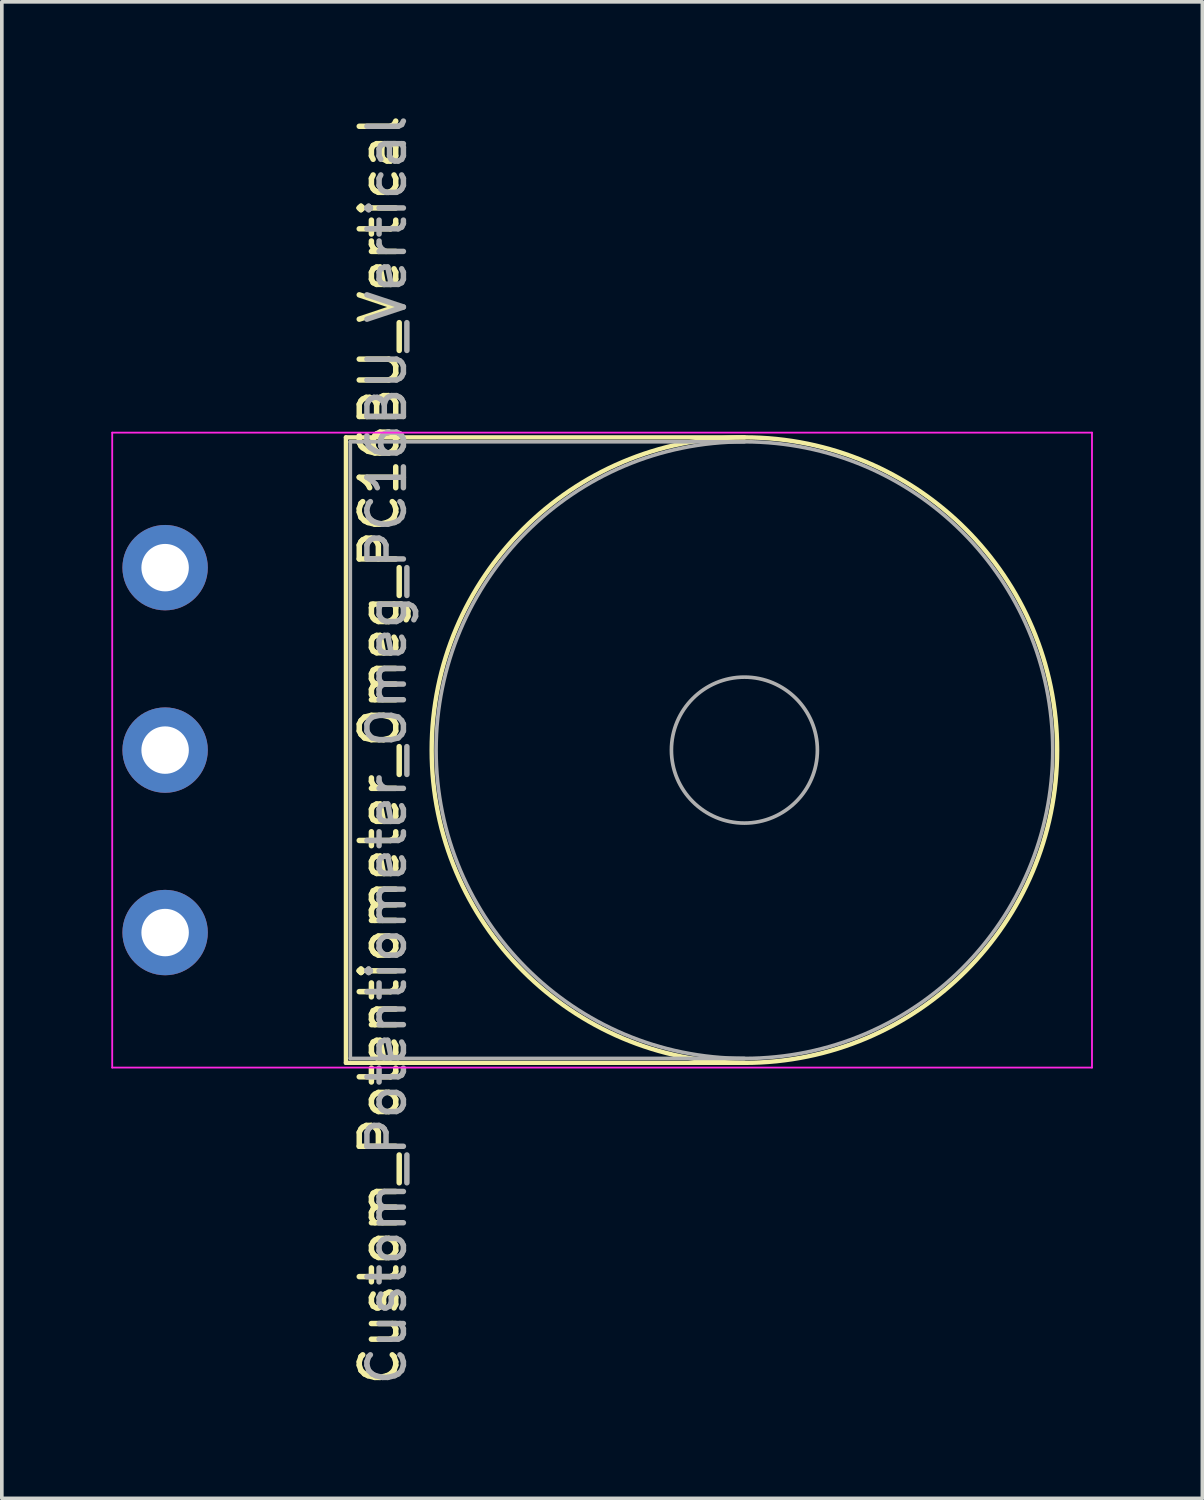
<source format=kicad_pcb>
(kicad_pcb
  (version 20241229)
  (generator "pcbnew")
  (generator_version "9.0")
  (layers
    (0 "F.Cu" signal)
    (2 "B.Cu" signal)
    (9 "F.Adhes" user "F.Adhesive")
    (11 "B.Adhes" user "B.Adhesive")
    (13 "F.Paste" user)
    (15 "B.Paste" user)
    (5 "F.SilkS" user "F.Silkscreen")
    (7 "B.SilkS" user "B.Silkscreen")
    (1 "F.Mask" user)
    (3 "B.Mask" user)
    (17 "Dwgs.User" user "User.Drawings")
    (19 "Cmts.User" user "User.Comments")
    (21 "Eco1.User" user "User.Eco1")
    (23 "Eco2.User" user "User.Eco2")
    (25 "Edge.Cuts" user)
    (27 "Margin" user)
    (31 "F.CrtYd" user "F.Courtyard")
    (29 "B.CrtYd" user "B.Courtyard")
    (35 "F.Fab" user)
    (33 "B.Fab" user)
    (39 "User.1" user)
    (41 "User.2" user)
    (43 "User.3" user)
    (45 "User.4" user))
  (footprint "Custom_Potentiometer_Omeg_PC16BU_Vertical"
    (layer "F.Cu")
    (at 1.475 22.506)
    (property "Reference" "Custom_Potentiometer_Omeg_PC16BU_Vertical" (at 5.865 -5 270) (layer "F.SilkS") (effects (font (size 1 1) (thickness 0.15))))
    (attr through_hole)
    (fp_line (start 4.955 -13.57) (end 4.955 3.57) (stroke (width 0.12) (type solid)) (layer "F.SilkS"))
    (fp_line (start 4.955 -13.57) (end 15.875 -13.57) (stroke (width 0.12) (type solid)) (layer "F.SilkS"))
    (fp_line (start 4.955 3.57) (end 15.875 3.57) (stroke (width 0.12) (type solid)) (layer "F.SilkS"))
    (fp_circle (center 15.875 -5) (end 24.445 -5) (stroke (width 0.12) (type solid)) (fill no) (layer "F.SilkS"))
    (fp_line (start -1.45 -13.7) (end -1.45 3.7) (stroke (width 0.05) (type solid)) (layer "F.CrtYd"))
    (fp_line (start -1.45 3.7) (end 25.4 3.7) (stroke (width 0.05) (type solid)) (layer "F.CrtYd"))
    (fp_line (start 25.4 -13.7) (end -1.45 -13.7) (stroke (width 0.05) (type solid)) (layer "F.CrtYd"))
    (fp_line (start 25.4 3.7) (end 25.4 -13.7) (stroke (width 0.05) (type solid)) (layer "F.CrtYd"))
    (fp_line (start 5.075 -13.45) (end 5.075 3.45) (stroke (width 0.1) (type solid)) (layer "F.Fab"))
    (fp_line (start 5.075 3.45) (end 15.875 3.45) (stroke (width 0.1) (type solid)) (layer "F.Fab"))
    (fp_line (start 15.875 -13.45) (end 5.075 -13.45) (stroke (width 0.1) (type solid)) (layer "F.Fab"))
    (fp_circle (center 15.875 -5) (end 17.875 -5) (stroke (width 0.1) (type solid)) (fill no) (layer "F.Fab"))
    (fp_circle (center 15.875 -5) (end 24.325 -5) (stroke (width 0.1) (type solid)) (fill no) (layer "F.Fab"))
    (fp_text user "${REFERENCE}" (at 6.075 -5 270) (layer "F.Fab") (effects (font (size 1 1) (thickness 0.15))))
    (pad "1" thru_hole circle (at 0 0) (size 2.34 2.34) (drill 1.3) (layers "*.Cu" "*.Mask"))
    (pad "2" thru_hole circle (at 0 -5) (size 2.34 2.34) (drill 1.3) (layers "*.Cu" "*.Mask"))
    (pad "3" thru_hole circle (at 0 -10) (size 2.34 2.34) (drill 1.3) (layers "*.Cu" "*.Mask")))
  (gr_rect
    (start -3 -3)
    (end 29.9 38.012)
    (stroke (width 0.1) (type default))
    (fill no)
    (layer "Edge.Cuts")))
</source>
